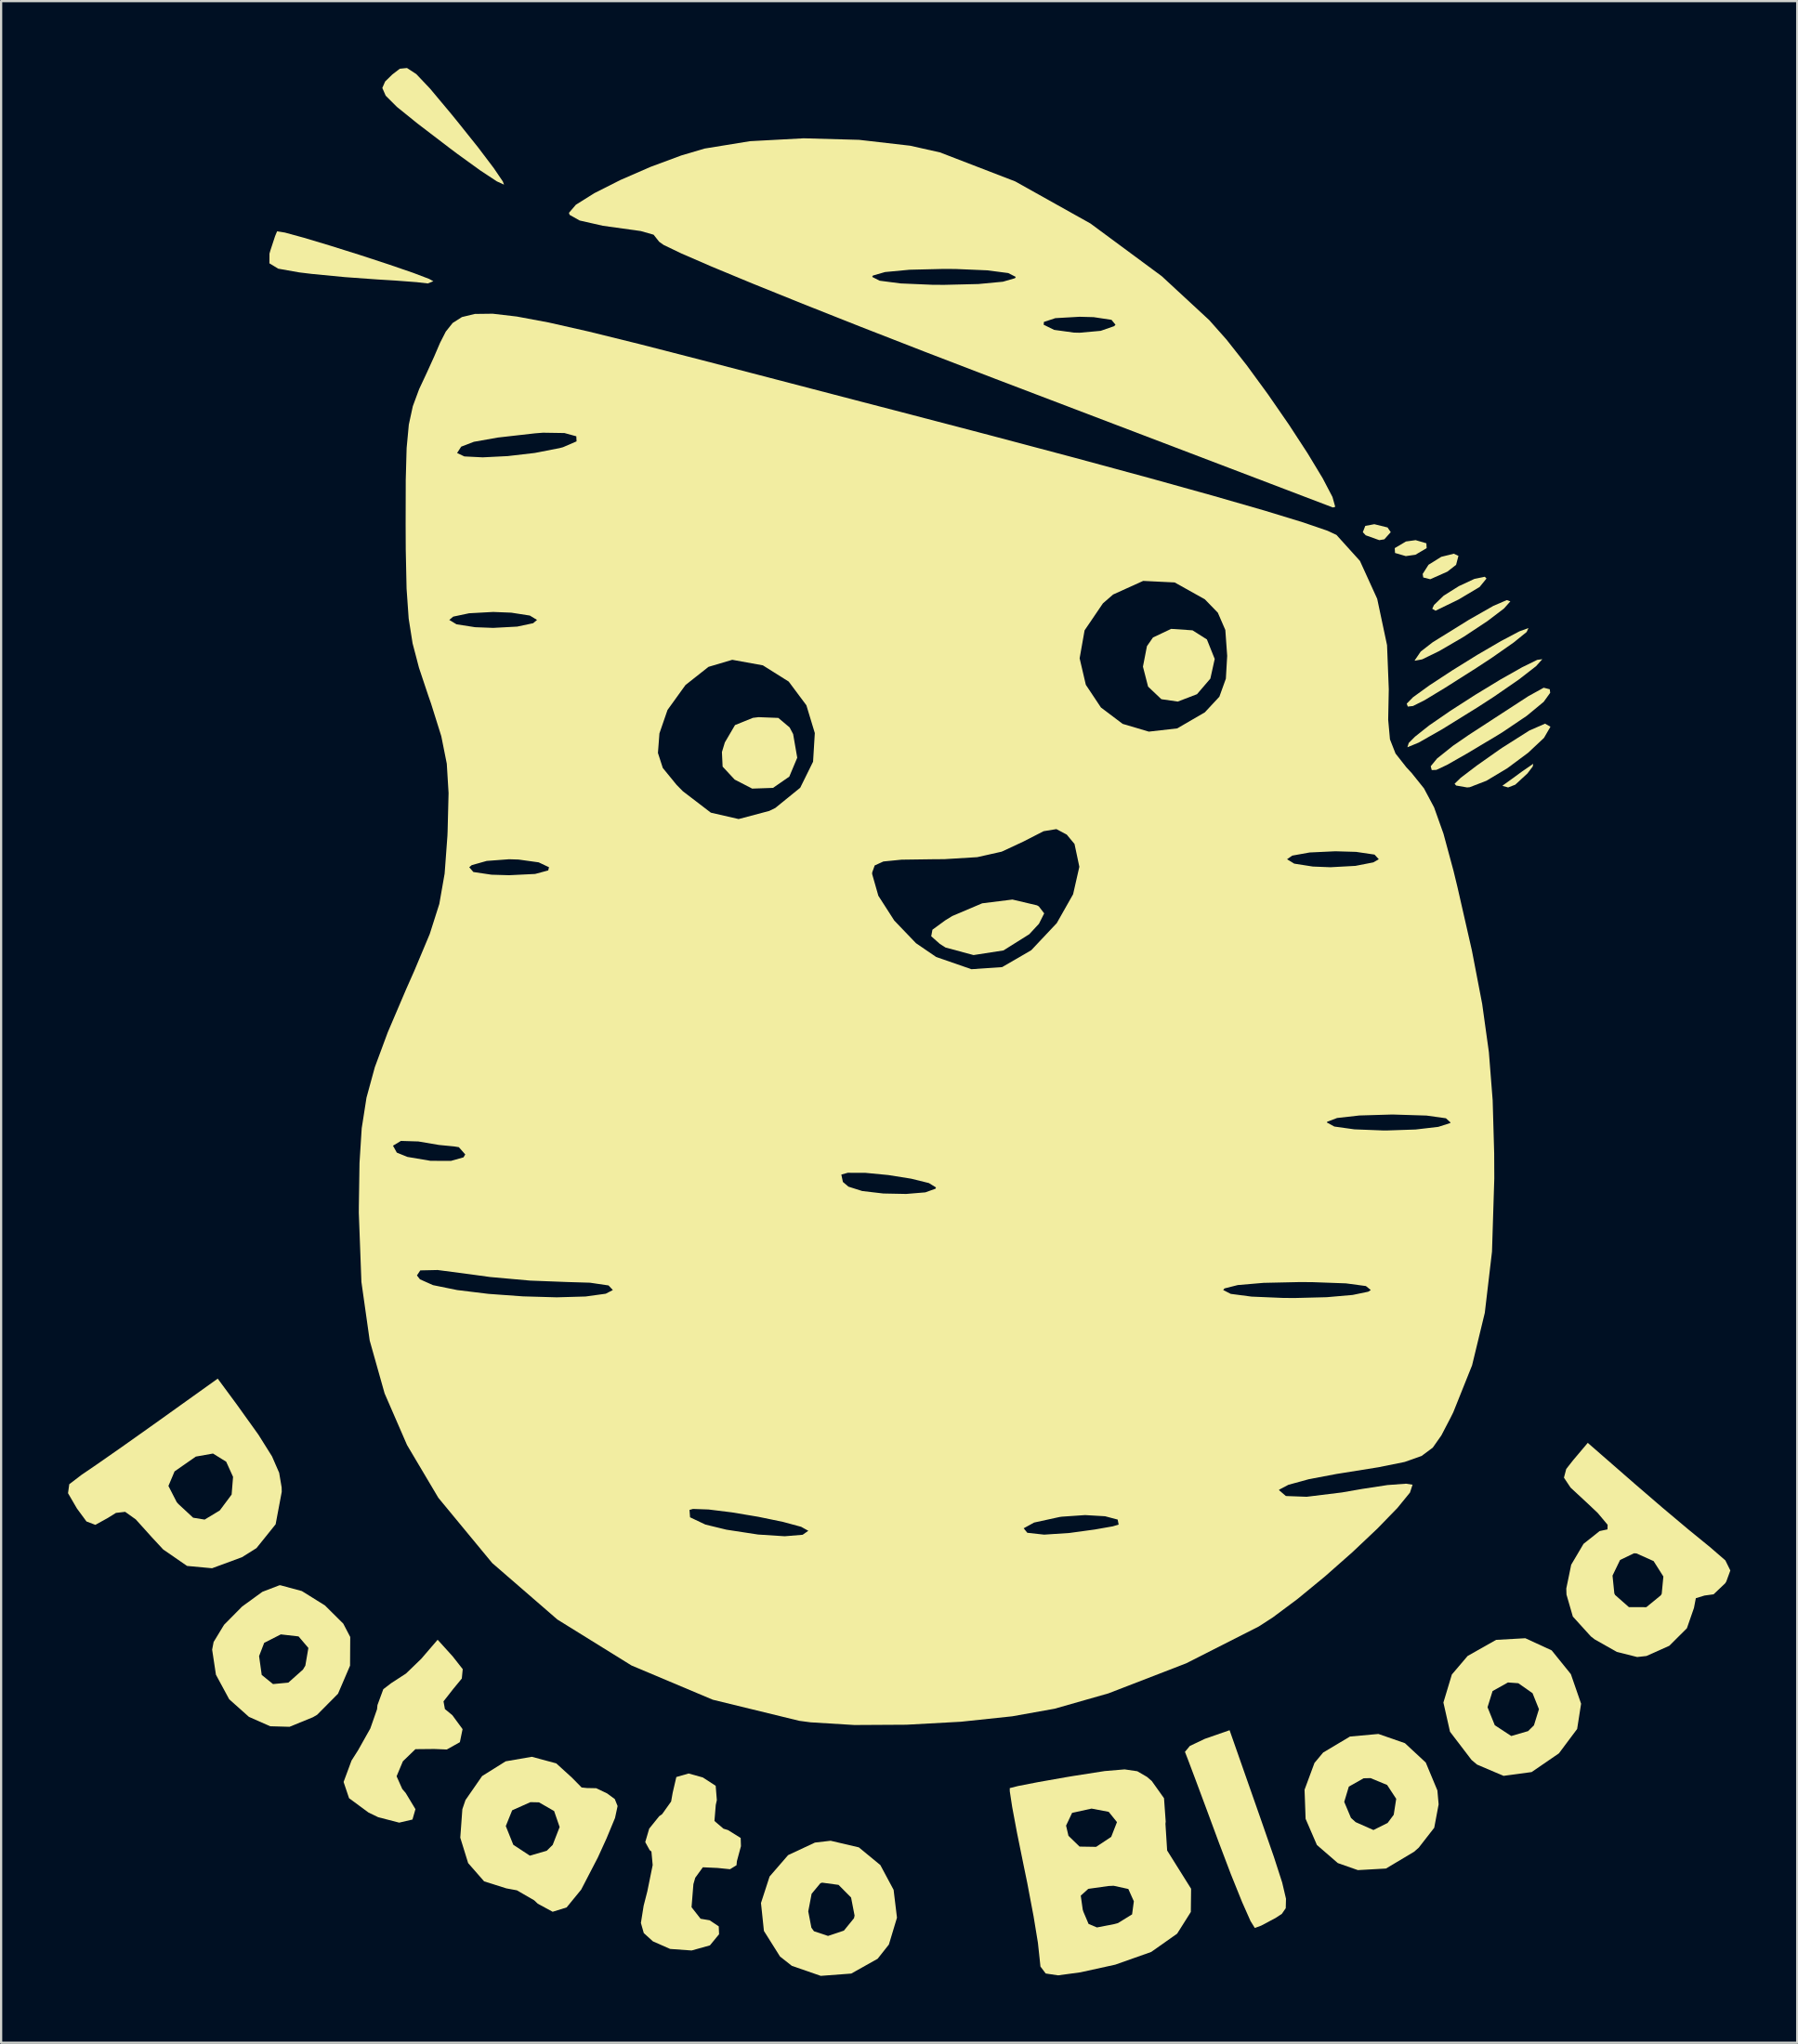
<source format=kicad_pcb>
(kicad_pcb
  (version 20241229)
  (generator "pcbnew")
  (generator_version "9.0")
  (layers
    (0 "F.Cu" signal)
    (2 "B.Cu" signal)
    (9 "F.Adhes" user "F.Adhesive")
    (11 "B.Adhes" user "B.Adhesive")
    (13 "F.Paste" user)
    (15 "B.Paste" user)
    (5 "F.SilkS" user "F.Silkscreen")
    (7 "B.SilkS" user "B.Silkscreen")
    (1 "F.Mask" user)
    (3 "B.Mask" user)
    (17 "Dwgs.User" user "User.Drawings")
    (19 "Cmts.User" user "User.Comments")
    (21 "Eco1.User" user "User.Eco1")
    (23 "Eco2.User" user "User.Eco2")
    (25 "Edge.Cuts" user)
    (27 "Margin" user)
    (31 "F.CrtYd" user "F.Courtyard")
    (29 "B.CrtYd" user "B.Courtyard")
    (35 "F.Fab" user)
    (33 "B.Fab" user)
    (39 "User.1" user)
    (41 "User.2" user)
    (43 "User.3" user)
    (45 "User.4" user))
  (footprint "PotatoBloodPCBLogo"
    (layer "F.Cu")
    (at 37.129 42.637)
    (property "Reference" "PotatoBloodPCBLogo" (at 0 0 0) (layer "F.SilkS") (effects (font (size 1.5 1.5) (thickness 0.3))))
    (attr board_only exclude_from_pos_files exclude_from_bom)
    (fp_poly (pts (xy 22.036 -22.034) (xy 22.18 -21.823) (xy 21.892 -21.502) (xy 21.665 -21.465) (xy 21.056 -21.683) (xy 20.928 -21.823) (xy 21.038 -22.104) (xy 21.444 -22.18)) (stroke (width 0) (type solid)) (fill yes) (layer "F.SilkS"))
    (fp_poly (pts (xy 23.777 -21.324) (xy 23.79 -21.107) (xy 23.287 -20.81) (xy 22.854 -20.749) (xy 22.372 -20.89) (xy 22.359 -21.107) (xy 22.862 -21.405) (xy 23.296 -21.465)) (stroke (width 0) (type solid)) (fill yes) (layer "F.SilkS"))
    (fp_poly (pts (xy 25.215 -20.76) (xy 25.11 -20.358) (xy 24.718 -20.052) (xy 23.952 -19.712) (xy 23.638 -19.791) (xy 23.611 -19.948) (xy 23.873 -20.36) (xy 24.445 -20.717) (xy 25.008 -20.857)) (stroke (width 0) (type solid)) (fill yes) (layer "F.SilkS"))
    (fp_poly (pts (xy 28.546 -11.314) (xy 28.308 -11.001) (xy 27.762 -10.498) (xy 27.443 -10.375) (xy 27.191 -10.445) (xy 27.219 -10.476) (xy 27.591 -10.743) (xy 28.083 -11.102) (xy 28.57 -11.438)) (stroke (width 0) (type solid)) (fill yes) (layer "F.SilkS"))
    (fp_poly (pts (xy 26.473 -19.743) (xy 26.164 -19.364) (xy 25.219 -18.802) (xy 24.188 -18.3) (xy 24.041 -18.388) (xy 24.121 -18.559) (xy 24.553 -18.975) (xy 25.235 -19.403) (xy 25.928 -19.726) (xy 26.397 -19.823)) (stroke (width 0) (type solid)) (fill yes) (layer "F.SilkS"))
    (fp_poly (pts (xy 13.291 -17.421) (xy 13.936 -17.013) (xy 14.287 -16.137) (xy 14.092 -15.256) (xy 13.493 -14.557) (xy 12.631 -14.226) (xy 11.895 -14.332) (xy 11.299 -14.897) (xy 11.069 -15.792) (xy 11.248 -16.711) (xy 11.519 -17.1) (xy 12.334 -17.486)) (stroke (width 0) (type solid)) (fill yes) (layer "F.SilkS"))
    (fp_poly (pts (xy -5.281 -13.493) (xy -4.773 -13.066) (xy -4.616 -12.768) (xy -4.432 -11.708) (xy -4.788 -10.86) (xy -5.518 -10.355) (xy -6.453 -10.323) (xy -7.238 -10.728) (xy -7.778 -11.309) (xy -7.809 -11.962) (xy -7.678 -12.394) (xy -7.222 -13.172) (xy -6.42 -13.496) (xy -6.167 -13.527)) (stroke (width 0) (type solid)) (fill yes) (layer "F.SilkS"))
    (fp_poly (pts (xy 27.543 -18.721) (xy 27.258 -18.4) (xy 26.514 -17.834) (xy 25.468 -17.142) (xy 25.396 -17.098) (xy 24.349 -16.489) (xy 23.586 -16.118) (xy 23.257 -16.058) (xy 23.254 -16.073) (xy 23.523 -16.468) (xy 24.058 -16.884) (xy 25.688 -17.895) (xy 26.78 -18.517) (xy 27.382 -18.776)) (stroke (width 0) (type solid)) (fill yes) (layer "F.SilkS"))
    (fp_poly (pts (xy 6.319 -5.088) (xy 6.402 -5.039) (xy 6.641 -4.728) (xy 6.406 -4.261) (xy 5.971 -3.792) (xy 4.814 -3.066) (xy 3.473 -2.858) (xy 2.216 -3.197) (xy 1.962 -3.359) (xy 1.575 -3.702) (xy 1.63 -3.996) (xy 2.204 -4.415) (xy 2.519 -4.609) (xy 3.861 -5.179) (xy 5.217 -5.348)) (stroke (width 0) (type solid)) (fill yes) (layer "F.SilkS"))
    (fp_poly (pts (xy 28.274 -17.346) (xy 27.691 -16.874) (xy 26.715 -16.191) (xy 26.019 -15.734) (xy 24.612 -14.841) (xy 23.7 -14.289) (xy 23.178 -14.027) (xy 22.945 -14.001) (xy 22.896 -14.133) (xy 23.179 -14.421) (xy 23.915 -14.953) (xy 24.932 -15.62) (xy 26.057 -16.318) (xy 27.12 -16.938) (xy 27.948 -17.375) (xy 28.355 -17.523)) (stroke (width 0) (type solid)) (fill yes) (layer "F.SilkS"))
    (fp_poly (pts (xy 28.694 -15.812) (xy 27.934 -15.222) (xy 26.829 -14.459) (xy 26.104 -13.988) (xy 24.496 -12.991) (xy 23.433 -12.386) (xy 22.926 -12.177) (xy 22.987 -12.371) (xy 23.266 -12.651) (xy 23.901 -13.155) (xy 24.853 -13.811) (xy 25.967 -14.527) (xy 27.089 -15.209) (xy 28.068 -15.763) (xy 28.747 -16.096) (xy 28.977 -16.127)) (stroke (width 0) (type solid)) (fill yes) (layer "F.SilkS"))
    (fp_poly (pts (xy 29.335 -13.102) (xy 29.335 -13.088) (xy 29.052 -12.598) (xy 28.341 -11.931) (xy 27.41 -11.239) (xy 26.468 -10.674) (xy 25.722 -10.386) (xy 25.604 -10.375) (xy 25.111 -10.461) (xy 25.042 -10.54) (xy 25.316 -10.807) (xy 26.037 -11.355) (xy 27.057 -12.074) (xy 27.189 -12.163) (xy 28.394 -12.927) (xy 29.098 -13.235)) (stroke (width 0) (type solid)) (fill yes) (layer "F.SilkS"))
    (fp_poly (pts (xy 29.309 -14.778) (xy 29.329 -14.619) (xy 29.038 -14.214) (xy 28.275 -13.584) (xy 27.19 -12.852) (xy 26.943 -12.7) (xy 25.575 -11.883) (xy 24.706 -11.388) (xy 24.224 -11.162) (xy 24.018 -11.154) (xy 23.975 -11.313) (xy 23.975 -11.329) (xy 24.255 -11.671) (xy 24.971 -12.244) (xy 25.675 -12.728) (xy 26.828 -13.478) (xy 27.899 -14.174) (xy 28.351 -14.468) (xy 29.038 -14.847)) (stroke (width 0) (type solid)) (fill yes) (layer "F.SilkS"))
    (fp_poly (pts (xy -21.514 -42.366) (xy -20.895 -41.712) (xy -19.963 -40.598) (xy -19.676 -40.246) (xy -18.746 -39.083) (xy -18.035 -38.143) (xy -17.633 -37.549) (xy -17.58 -37.407) (xy -17.902 -37.554) (xy -18.647 -38.046) (xy -19.674 -38.788) (xy -20.034 -39.059) (xy -21.457 -40.146) (xy -22.383 -40.894) (xy -22.885 -41.395) (xy -23.037 -41.744) (xy -22.909 -42.034) (xy -22.588 -42.347) (xy -22.252 -42.605) (xy -21.93 -42.637)) (stroke (width 0) (type solid)) (fill yes) (layer "F.SilkS"))
    (fp_poly (pts (xy 16.354 35.895) (xy 16.943 37.59) (xy 17.313 38.736) (xy 17.483 39.459) (xy 17.472 39.884) (xy 17.298 40.137) (xy 17.015 40.323) (xy 16.37 40.666) (xy 16.085 40.77) (xy 15.893 40.461) (xy 15.516 39.611) (xy 15.009 38.353) (xy 14.475 36.945) (xy 13.903 35.4) (xy 13.422 34.109) (xy 13.086 33.216) (xy 12.952 32.871) (xy 13.173 32.607) (xy 13.851 32.286) (xy 13.9 32.269) (xy 14.954 31.902)) (stroke (width 0) (type solid)) (fill yes) (layer "F.SilkS"))
    (fp_poly (pts (xy -27.405 -35.258) (xy -26.555 -35.026) (xy -25.38 -34.673) (xy -24.055 -34.257) (xy -22.756 -33.831) (xy -21.659 -33.454) (xy -20.938 -33.18) (xy -20.749 -33.075) (xy -21 -32.975) (xy -21.018 -32.979) (xy -21.499 -33.034) (xy -22.453 -33.106) (xy -23.254 -33.155) (xy -24.725 -33.261) (xy -26.196 -33.403) (xy -26.758 -33.471) (xy -27.706 -33.639) (xy -28.099 -33.879) (xy -28.096 -34.314) (xy -28.055 -34.457) (xy -27.844 -35.099) (xy -27.755 -35.313)) (stroke (width 0) (type solid)) (fill yes) (layer "F.SilkS"))
    (fp_poly (pts (xy 29.396 28.322) (xy 30.256 29.387) (xy 30.715 30.714) (xy 30.538 31.846) (xy 29.72 32.94) (xy 28.497 33.779) (xy 27.237 33.949) (xy 26.049 33.443) (xy 25.803 33.236) (xy 24.837 31.97) (xy 24.589 30.872) (xy 26.52 30.872) (xy 26.844 31.676) (xy 26.845 31.678) (xy 27.583 32.162) (xy 28.339 31.942) (xy 28.601 31.683) (xy 28.825 30.959) (xy 28.538 30.242) (xy 27.9 29.795) (xy 27.436 29.761) (xy 26.745 30.147) (xy 26.52 30.872) (xy 24.589 30.872) (xy 24.541 30.661) (xy 24.92 29.404) (xy 25.627 28.573) (xy 26.903 27.851) (xy 28.213 27.777)) (stroke (width 0) (type solid)) (fill yes) (layer "F.SilkS"))
    (fp_poly (pts (xy -1.671 37.155) (xy -0.706 37.949) (xy -0.111 39.06) (xy 0.04 40.309) (xy -0.323 41.514) (xy -0.828 42.152) (xy -2.01 42.815) (xy -3.377 42.918) (xy -4.675 42.468) (xy -5.204 42.051) (xy -5.926 40.903) (xy -6.018 40.026) (xy -3.938 40.026) (xy -3.798 40.756) (xy -3.682 40.917) (xy -3.051 41.127) (xy -2.34 40.889) (xy -1.888 40.334) (xy -1.861 40.215) (xy -2.018 39.404) (xy -2.58 38.838) (xy -3.314 38.738) (xy -3.394 38.764) (xy -3.787 39.237) (xy -3.938 40.026) (xy -6.018 40.026) (xy -6.058 39.652) (xy -5.672 38.463) (xy -4.842 37.504) (xy -3.639 36.941) (xy -2.935 36.859)) (stroke (width 0) (type solid)) (fill yes) (layer "F.SilkS"))
    (fp_poly (pts (xy 22.815 32.483) (xy 23.75 33.351) (xy 24.271 34.601) (xy 24.327 35.226) (xy 24.13 36.276) (xy 23.436 37.168) (xy 23.226 37.353) (xy 21.966 38.105) (xy 20.706 38.176) (xy 19.806 37.86) (xy 18.869 37.049) (xy 18.362 35.876) (xy 18.335 35.116) (xy 20.094 35.116) (xy 20.396 35.834) (xy 20.606 36.024) (xy 21.404 36.378) (xy 22.04 36.061) (xy 22.313 35.694) (xy 22.425 34.979) (xy 22.017 34.357) (xy 21.273 34.05) (xy 20.963 34.058) (xy 20.3 34.432) (xy 20.094 35.116) (xy 18.335 35.116) (xy 18.315 34.572) (xy 18.76 33.369) (xy 19.149 32.903) (xy 20.351 32.186) (xy 21.627 32.07)) (stroke (width 0) (type solid)) (fill yes) (layer "F.SilkS"))
    (fp_poly (pts (xy -26.644 25.662) (xy -25.611 26.305) (xy -24.787 27.123) (xy -24.475 27.721) (xy -24.483 29.006) (xy -25.023 30.266) (xy -25.96 31.211) (xy -26.148 31.32) (xy -27.197 31.749) (xy -28.064 31.725) (xy -29.018 31.303) (xy -29.902 30.515) (xy -30.497 29.413) (xy -30.623 28.579) (xy -28.562 28.579) (xy -28.444 29.423) (xy -27.937 29.833) (xy -27.251 29.768) (xy -26.595 29.184) (xy -26.488 29.006) (xy -26.352 28.213) (xy -26.792 27.696) (xy -27.587 27.605) (xy -28.334 27.985) (xy -28.562 28.579) (xy -30.623 28.579) (xy -30.667 28.289) (xy -30.601 27.946) (xy -30.133 27.175) (xy -29.323 26.356) (xy -28.415 25.696) (xy -27.652 25.403) (xy -27.608 25.401)) (stroke (width 0) (type solid)) (fill yes) (layer "F.SilkS"))
    (fp_poly (pts (xy -19.882 28.59) (xy -19.431 29.164) (xy -19.472 29.584) (xy -19.86 30.056) (xy -20.293 30.609) (xy -20.23 30.953) (xy -19.896 31.229) (xy -19.438 31.854) (xy -19.559 32.439) (xy -20.145 32.767) (xy -20.705 32.744) (xy -21.552 32.752) (xy -22.115 33.297) (xy -22.396 33.968) (xy -22.142 34.538) (xy -21.991 34.713) (xy -21.551 35.443) (xy -21.685 35.908) (xy -22.279 36.047) (xy -23.223 35.803) (xy -23.658 35.592) (xy -24.528 34.951) (xy -24.773 34.223) (xy -24.417 33.263) (xy -24.12 32.795) (xy -23.574 31.823) (xy -23.273 30.962) (xy -23.254 30.774) (xy -22.993 30.064) (xy -22.642 29.794) (xy -21.974 29.36) (xy -21.293 28.702) (xy -20.556 27.845)) (stroke (width 0) (type solid)) (fill yes) (layer "F.SilkS"))
    (fp_poly (pts (xy -15.238 33.389) (xy -14.538 34.025) (xy -14.1 34.47) (xy -13.865 34.495) (xy -13.447 34.503) (xy -12.959 34.735) (xy -12.613 34.989) (xy -12.487 35.303) (xy -12.602 35.837) (xy -12.983 36.755) (xy -13.371 37.607) (xy -14.121 39.053) (xy -14.774 39.85) (xy -15.399 40.044) (xy -16.066 39.682) (xy -16.226 39.531) (xy -17.002 39.082) (xy -17.478 38.994) (xy -18.472 38.68) (xy -19.188 37.861) (xy -19.541 36.721) (xy -19.503 36.201) (xy -17.5 36.201) (xy -17.166 37.033) (xy -17.158 37.044) (xy -16.42 37.528) (xy -15.664 37.307) (xy -15.397 37.044) (xy -15.086 36.244) (xy -15.333 35.527) (xy -16.011 35.137) (xy -16.395 35.128) (xy -17.214 35.494) (xy -17.5 36.201) (xy -19.503 36.201) (xy -19.448 35.445) (xy -19.308 35.035) (xy -18.562 33.958) (xy -17.506 33.297) (xy -16.333 33.094)) (stroke (width 0) (type solid)) (fill yes) (layer "F.SilkS"))
    (fp_poly (pts (xy -8.666 34.02) (xy -8.089 34.394) (xy -8.037 35.038) (xy -8.085 35.252) (xy -8.144 35.973) (xy -7.74 36.318) (xy -7.537 36.38) (xy -6.968 36.734) (xy -6.956 37.103) (xy -7.138 37.776) (xy -7.155 37.957) (xy -7.446 38.136) (xy -8.004 38.079) (xy -8.664 38.049) (xy -9.005 38.518) (xy -9.088 38.805) (xy -9.171 39.839) (xy -8.766 40.357) (xy -8.36 40.425) (xy -7.951 40.698) (xy -7.937 41.051) (xy -8.348 41.551) (xy -9.167 41.78) (xy -10.131 41.711) (xy -10.905 41.369) (xy -11.313 40.999) (xy -11.442 40.545) (xy -11.319 39.772) (xy -11.153 39.124) (xy -10.914 37.949) (xy -10.97 37.342) (xy -11.049 37.279) (xy -11.247 36.92) (xy -11.07 36.316) (xy -10.621 35.758) (xy -10.491 35.667) (xy -10.087 35.1) (xy -10.017 34.705) (xy -9.853 34.001) (xy -9.302 33.843)) (stroke (width 0) (type solid)) (fill yes) (layer "F.SilkS"))
    (fp_poly (pts (xy -29.573 17.28) (xy -28.592 18.649) (xy -27.982 19.622) (xy -27.662 20.357) (xy -27.551 21.01) (xy -27.546 21.21) (xy -27.82 22.668) (xy -28.679 23.736) (xy -29.328 24.144) (xy -30.671 24.639) (xy -31.792 24.535) (xy -32.862 23.797) (xy -33.357 23.264) (xy -34.09 22.45) (xy -34.567 22.109) (xy -34.98 22.157) (xy -35.338 22.38) (xy -35.903 22.693) (xy -36.302 22.541) (xy -36.731 21.957) (xy -37.129 21.273) (xy -37.084 20.949) (xy -32.627 20.949) (xy -32.254 21.676) (xy -32.177 21.762) (xy -31.518 22.373) (xy -31.003 22.457) (xy -30.344 22.059) (xy -30.319 22.04) (xy -29.793 21.334) (xy -29.729 20.541) (xy -30.037 19.862) (xy -30.629 19.495) (xy -31.399 19.632) (xy -32.352 20.296) (xy -32.627 20.949) (xy -37.084 20.949) (xy -37.074 20.872) (xy -36.517 20.446) (xy -36.488 20.427) (xy -35.801 19.958) (xy -34.728 19.209) (xy -33.463 18.313) (xy -33.017 17.995) (xy -30.417 16.136)) (stroke (width 0) (type solid)) (fill yes) (layer "F.SilkS"))
    (fp_poly (pts (xy 33.148 20.877) (xy 34.355 21.916) (xy 35.523 22.898) (xy 36.412 23.623) (xy 36.458 23.659) (xy 37.183 24.286) (xy 37.407 24.739) (xy 37.225 25.235) (xy 37.178 25.312) (xy 36.656 25.808) (xy 36.248 25.863) (xy 35.86 25.982) (xy 35.775 26.421) (xy 35.459 27.33) (xy 34.67 28.116) (xy 33.646 28.574) (xy 33.23 28.62) (xy 32.318 28.391) (xy 31.322 27.828) (xy 31.151 27.694) (xy 30.345 26.806) (xy 30.06 25.82) (xy 30.051 25.547) (xy 30.171 24.969) (xy 32.124 24.969) (xy 32.205 25.767) (xy 32.24 25.838) (xy 32.858 26.382) (xy 33.639 26.385) (xy 34.29 25.853) (xy 34.33 25.783) (xy 34.404 25.009) (xy 33.966 24.318) (xy 33.199 23.974) (xy 33.084 23.969) (xy 32.462 24.269) (xy 32.124 24.969) (xy 30.171 24.969) (xy 30.271 24.481) (xy 30.824 23.545) (xy 31.545 22.972) (xy 31.899 22.896) (xy 31.904 22.69) (xy 31.462 22.162) (xy 31.009 21.733) (xy 30.243 21.023) (xy 29.946 20.577) (xy 30.048 20.188) (xy 30.358 19.793) (xy 31.014 19.016)) (stroke (width 0) (type solid)) (fill yes) (layer "F.SilkS"))
    (fp_poly (pts (xy 10.816 33.742) (xy 11.249 33.994) (xy 11.464 34.179) (xy 12.014 34.952) (xy 12.089 35.998) (xy 12.078 36.1) (xy 12.154 37.296) (xy 12.585 37.985) (xy 13.228 39.011) (xy 13.216 40.053) (xy 12.602 41.026) (xy 11.439 41.846) (xy 9.83 42.415) (xy 8.265 42.759) (xy 7.265 42.895) (xy 6.709 42.812) (xy 6.473 42.5) (xy 6.434 42.125) (xy 6.359 41.431) (xy 6.164 40.241) (xy 5.989 39.32) (xy 8.281 39.32) (xy 8.369 39.947) (xy 8.398 40.041) (xy 8.631 40.589) (xy 9.006 40.747) (xy 9.775 40.598) (xy 9.946 40.553) (xy 10.582 40.161) (xy 10.661 39.574) (xy 10.413 39.022) (xy 9.755 38.878) (xy 9.526 38.889) (xy 8.618 39.016) (xy 8.281 39.32) (xy 5.989 39.32) (xy 5.883 38.758) (xy 5.717 37.952) (xy 5.422 36.502) (xy 5.362 36.18) (xy 7.622 36.18) (xy 7.729 36.637) (xy 8.227 37.121) (xy 8.97 37.133) (xy 9.646 36.685) (xy 9.904 36.023) (xy 9.534 35.563) (xy 8.765 35.417) (xy 7.892 35.609) (xy 7.622 36.18) (xy 5.362 36.18) (xy 5.206 35.347) (xy 5.098 34.641) (xy 5.097 34.499) (xy 5.467 34.405) (xy 6.366 34.23) (xy 7.619 34.009) (xy 7.947 33.954) (xy 9.354 33.734) (xy 10.248 33.659)) (stroke (width 0) (type solid)) (fill yes) (layer "F.SilkS"))
    (fp_poly (pts (xy -1.655 -39.416) (xy 0.631 -39.153) (xy 1.968 -38.853) (xy 5.34 -37.553) (xy 8.713 -35.666) (xy 11.911 -33.303) (xy 14.042 -31.331) (xy 14.817 -30.457) (xy 15.719 -29.312) (xy 16.674 -28.006) (xy 17.61 -26.651) (xy 18.453 -25.358) (xy 19.13 -24.237) (xy 19.567 -23.401) (xy 19.691 -22.959) (xy 19.587 -22.93) (xy 19.245 -23.06) (xy 18.301 -23.419) (xy 16.823 -23.983) (xy 14.878 -24.724) (xy 12.533 -25.618) (xy 9.856 -26.638) (xy 6.912 -27.76) (xy 4.403 -28.716) (xy 1.299 -29.908) (xy -1.587 -31.033) (xy -1.817 -31.124) (xy 6.618 -31.124) (xy 7.088 -30.894) (xy 7.975 -30.772) (xy 8.228 -30.766) (xy 9.174 -30.851) (xy 9.776 -31.06) (xy 9.838 -31.124) (xy 9.66 -31.344) (xy 8.86 -31.465) (xy 8.228 -31.482) (xy 7.141 -31.42) (xy 6.628 -31.25) (xy 6.618 -31.124) (xy -1.817 -31.124) (xy -4.189 -32.064) (xy -6.44 -32.973) (xy -7.157 -33.27) (xy -1.073 -33.27) (xy -0.736 -33.099) (xy 0.199 -32.977) (xy 1.614 -32.917) (xy 2.146 -32.913) (xy 3.689 -32.95) (xy 4.79 -33.054) (xy 5.331 -33.211) (xy 5.366 -33.27) (xy 5.028 -33.442) (xy 4.094 -33.564) (xy 2.679 -33.624) (xy 2.146 -33.628) (xy 0.604 -33.591) (xy -0.497 -33.487) (xy -1.038 -33.33) (xy -1.073 -33.27) (xy -7.157 -33.27) (xy -8.274 -33.734) (xy -9.623 -34.319) (xy -10.423 -34.703) (xy -10.622 -34.845) (xy -10.873 -35.162) (xy -11.448 -35.326) (xy -13.145 -35.562) (xy -14.189 -35.799) (xy -14.639 -36.052) (xy -14.668 -36.143) (xy -14.357 -36.506) (xy -13.533 -37.023) (xy -12.362 -37.615) (xy -11.007 -38.205) (xy -9.633 -38.715) (xy -8.586 -39.025) (xy -6.549 -39.356) (xy -4.144 -39.485)) (stroke (width 0) (type solid)) (fill yes) (layer "F.SilkS"))
    (fp_poly (pts (xy -17.008 -31.493) (xy -15.594 -31.229) (xy -13.787 -30.82) (xy -11.53 -30.263) (xy -8.767 -29.553) (xy -5.44 -28.686) (xy -1.492 -27.656) (xy -0.135 -27.304) (xy 4.145 -26.185) (xy 7.99 -25.164) (xy 11.361 -24.25) (xy 14.22 -23.454) (xy 16.53 -22.788) (xy 18.252 -22.261) (xy 19.347 -21.885) (xy 19.745 -21.7) (xy 20.799 -20.533) (xy 21.572 -18.836) (xy 22.014 -16.756) (xy 22.092 -14.779) (xy 22.065 -13.414) (xy 22.145 -12.531) (xy 22.394 -11.897) (xy 22.878 -11.281) (xy 23.117 -11.023) (xy 23.67 -10.333) (xy 24.124 -9.48) (xy 24.544 -8.302) (xy 24.994 -6.637) (xy 25.172 -5.903) (xy 25.82 -3.058) (xy 26.28 -0.668) (xy 26.58 1.494) (xy 26.75 3.654) (xy 26.818 6.039) (xy 26.823 7.155) (xy 26.72 10.441) (xy 26.397 13.186) (xy 25.827 15.539) (xy 24.983 17.647) (xy 24.863 17.888) (xy 24.449 18.683) (xy 24.064 19.231) (xy 23.564 19.603) (xy 22.805 19.872) (xy 21.64 20.108) (xy 19.925 20.383) (xy 19.765 20.408) (xy 18.511 20.645) (xy 17.591 20.897) (xy 17.179 21.114) (xy 17.172 21.139) (xy 17.478 21.4) (xy 18.41 21.434) (xy 19.99 21.24) (xy 20.897 21.082) (xy 22.036 20.908) (xy 22.865 20.847) (xy 23.158 20.892) (xy 23.043 21.244) (xy 22.48 21.935) (xy 21.581 22.861) (xy 20.46 23.92) (xy 19.23 25.006) (xy 18.003 26.015) (xy 16.893 26.843) (xy 16.26 27.252) (xy 13.009 28.902) (xy 9.519 30.251) (xy 7.109 30.938) (xy 5.206 31.279) (xy 2.906 31.522) (xy 0.463 31.656) (xy -1.87 31.669) (xy -3.837 31.548) (xy -4.34 31.481) (xy -8.218 30.535) (xy -11.864 28.999) (xy -15.19 26.936) (xy -18.106 24.409) (xy -20.076 22.023) (xy -9.263 22.023) (xy -9.238 22.354) (xy -8.55 22.68) (xy -7.606 22.91) (xy -6.188 23.127) (xy -4.994 23.204) (xy -4.19 23.138) (xy -3.935 22.959) (xy -4.138 22.847) (xy 5.721 22.847) (xy 5.885 23.049) (xy 6.64 23.132) (xy 7.781 23.056) (xy 8.913 22.901) (xy 9.718 22.759) (xy 9.979 22.681) (xy 9.936 22.457) (xy 9.37 22.307) (xy 8.474 22.255) (xy 7.437 22.326) (xy 7.329 22.341) (xy 6.189 22.59) (xy 5.721 22.847) (xy -4.138 22.847) (xy -4.255 22.781) (xy -5.075 22.559) (xy -6.181 22.331) (xy -7.363 22.133) (xy -8.409 22.004) (xy -9.106 21.979) (xy -9.263 22.023) (xy -20.076 22.023) (xy -20.524 21.48) (xy -21.928 19.114) (xy -22.934 16.798) (xy -23.602 14.428) (xy -23.974 11.799) (xy -23.985 11.508) (xy -21.484 11.508) (xy -21.349 11.682) (xy -20.764 11.943) (xy -19.68 12.164) (xy -18.276 12.335) (xy -16.729 12.447) (xy -15.219 12.49) (xy -13.922 12.453) (xy -13.018 12.328) (xy -12.7 12.163) (xy 14.668 12.163) (xy 15.005 12.335) (xy 15.939 12.458) (xy 17.35 12.517) (xy 17.866 12.521) (xy 19.312 12.484) (xy 20.472 12.383) (xy 21.169 12.238) (xy 21.286 12.163) (xy 21.065 11.984) (xy 20.174 11.864) (xy 18.654 11.809) (xy 18.087 11.806) (xy 16.477 11.841) (xy 15.32 11.94) (xy 14.724 12.091) (xy 14.668 12.163) (xy -12.7 12.163) (xy -12.893 11.957) (xy -13.727 11.834) (xy -14.736 11.804) (xy -16.408 11.74) (xy -18.204 11.579) (xy -19.117 11.454) (xy -20.555 11.265) (xy -21.334 11.282) (xy -21.484 11.508) (xy -23.985 11.508) (xy -24.09 8.708) (xy -24.089 8.407) (xy -24.067 6.986) (xy -2.455 6.986) (xy -2.385 7.316) (xy -2.136 7.527) (xy -1.515 7.724) (xy -0.572 7.834) (xy 0.451 7.854) (xy 1.312 7.783) (xy 1.767 7.619) (xy 1.789 7.562) (xy 1.471 7.366) (xy 0.678 7.17) (xy -0.352 7.006) (xy -1.38 6.907) (xy -2.168 6.905) (xy -2.455 6.986) (xy -24.067 6.986) (xy -24.059 6.463) (xy -24.01 5.69) (xy -22.558 5.69) (xy -22.387 6) (xy -21.912 6.193) (xy -20.878 6.368) (xy -19.961 6.372) (xy -19.396 6.213) (xy -19.318 6.082) (xy -19.605 5.757) (xy -19.81 5.724) (xy -20.497 5.657) (xy -21.42 5.5) (xy -22.202 5.476) (xy -22.558 5.69) (xy -24.01 5.69) (xy -23.96 4.903) (xy -23.92 4.651) (xy 19.318 4.651) (xy 19.651 4.831) (xy 20.551 4.957) (xy 21.869 5.008) (xy 21.98 5.008) (xy 23.295 4.964) (xy 24.314 4.845) (xy 24.84 4.677) (xy 24.863 4.651) (xy 24.653 4.46) (xy 23.784 4.339) (xy 22.307 4.293) (xy 22.201 4.293) (xy 20.776 4.335) (xy 19.774 4.448) (xy 19.329 4.617) (xy 19.318 4.651) (xy -23.92 4.651) (xy -23.746 3.536) (xy -23.372 2.168) (xy -22.794 0.609) (xy -21.965 -1.334) (xy -21.605 -2.146) (xy -20.91 -3.803) (xy -20.481 -5.151) (xy -20.243 -6.509) (xy -20.221 -6.797) (xy -19.139 -6.797) (xy -18.954 -6.583) (xy -18.139 -6.462) (xy -17.351 -6.439) (xy -16.258 -6.492) (xy -1.073 -6.492) (xy -0.795 -5.517) (xy -0.081 -4.406) (xy 0.892 -3.391) (xy 1.796 -2.773) (xy 3.379 -2.224) (xy 4.756 -2.319) (xy 6.048 -3.068) (xy 6.067 -3.083) (xy 7.205 -4.291) (xy 7.937 -5.585) (xy 8.217 -6.817) (xy 8.146 -7.155) (xy 17.53 -7.155) (xy 17.853 -6.958) (xy 18.686 -6.828) (xy 19.476 -6.797) (xy 20.596 -6.858) (xy 21.4 -7.015) (xy 21.644 -7.155) (xy 21.453 -7.364) (xy 20.625 -7.486) (xy 19.697 -7.513) (xy 18.545 -7.459) (xy 17.763 -7.318) (xy 17.53 -7.155) (xy 8.146 -7.155) (xy 8.001 -7.839) (xy 7.653 -8.26) (xy 7.189 -8.507) (xy 6.615 -8.413) (xy 5.704 -7.946) (xy 4.735 -7.495) (xy 3.64 -7.249) (xy 2.163 -7.159) (xy 1.628 -7.155) (xy 0.245 -7.136) (xy -0.569 -7.055) (xy -0.959 -6.877) (xy -1.071 -6.565) (xy -1.073 -6.492) (xy -16.258 -6.492) (xy -16.184 -6.496) (xy -15.598 -6.654) (xy -15.562 -6.797) (xy -16.026 -7.016) (xy -16.931 -7.142) (xy -17.351 -7.155) (xy -18.355 -7.08) (xy -19.026 -6.891) (xy -19.139 -6.797) (xy -20.221 -6.797) (xy -20.118 -8.197) (xy -20.109 -8.407) (xy -20.066 -10.123) (xy -20.146 -11.441) (xy -20.242 -11.922) (xy -10.678 -11.922) (xy -10.46 -11.248) (xy -9.842 -10.491) (xy -9.561 -10.205) (xy -8.305 -9.244) (xy -7.06 -8.958) (xy -5.688 -9.322) (xy -5.418 -9.453) (xy -4.299 -10.361) (xy -3.722 -11.53) (xy -3.644 -12.813) (xy -4.022 -14.06) (xy -4.814 -15.122) (xy -5.974 -15.851) (xy -7.345 -16.099) (xy -8.41 -15.783) (xy -9.443 -14.968) (xy -10.249 -13.849) (xy -10.611 -12.799) (xy -10.678 -11.922) (xy -20.242 -11.922) (xy -20.392 -12.673) (xy -20.85 -14.133) (xy -20.974 -14.489) (xy -21.394 -15.746) (xy -21.503 -16.166) (xy 8.23 -16.166) (xy 8.508 -14.978) (xy 9.184 -13.962) (xy 10.159 -13.226) (xy 11.333 -12.878) (xy 12.605 -13.023) (xy 13.843 -13.742) (xy 14.495 -14.443) (xy 14.787 -15.253) (xy 14.846 -16.277) (xy 14.763 -17.436) (xy 14.427 -18.211) (xy 13.843 -18.813) (xy 12.492 -19.568) (xy 11.079 -19.637) (xy 9.73 -19.026) (xy 9.274 -18.63) (xy 8.452 -17.419) (xy 8.23 -16.166) (xy -21.503 -16.166) (xy -21.679 -16.835) (xy -21.845 -17.887) (xy -20.034 -17.887) (xy -19.71 -17.691) (xy -18.876 -17.561) (xy -18.066 -17.53) (xy -16.989 -17.588) (xy -16.274 -17.74) (xy -16.099 -17.887) (xy -16.422 -18.083) (xy -17.256 -18.213) (xy -18.066 -18.245) (xy -19.144 -18.186) (xy -19.858 -18.035) (xy -20.034 -17.887) (xy -21.845 -17.887) (xy -21.855 -17.952) (xy -21.949 -19.291) (xy -21.986 -21.049) (xy -21.991 -22.18) (xy -21.986 -24.166) (xy -21.953 -25.367) (xy -19.676 -25.367) (xy -19.357 -25.219) (xy -18.536 -25.178) (xy -17.416 -25.234) (xy -16.201 -25.375) (xy -15.093 -25.591) (xy -14.936 -25.632) (xy -14.327 -25.895) (xy -14.338 -26.122) (xy -14.871 -26.268) (xy -15.831 -26.283) (xy -16.188 -26.255) (xy -17.864 -26.065) (xy -18.932 -25.875) (xy -19.5 -25.657) (xy -19.676 -25.384) (xy -19.676 -25.367) (xy -21.953 -25.367) (xy -21.946 -25.6) (xy -21.848 -26.647) (xy -21.669 -27.471) (xy -21.386 -28.236) (xy -21.039 -28.977) (xy -20.711 -29.7) (xy -20.447 -30.315) (xy -20.19 -30.818) (xy -19.882 -31.204) (xy -19.467 -31.469) (xy -18.888 -31.609) (xy -18.087 -31.619)) (stroke (width 0) (type solid)) (fill yes) (layer "F.SilkS")))
  (gr_rect
    (start -3 -3)
    (end 77.535 88.555)
    (stroke (width 0.1) (type default))
    (fill no)
    (layer "Edge.Cuts")))
</source>
